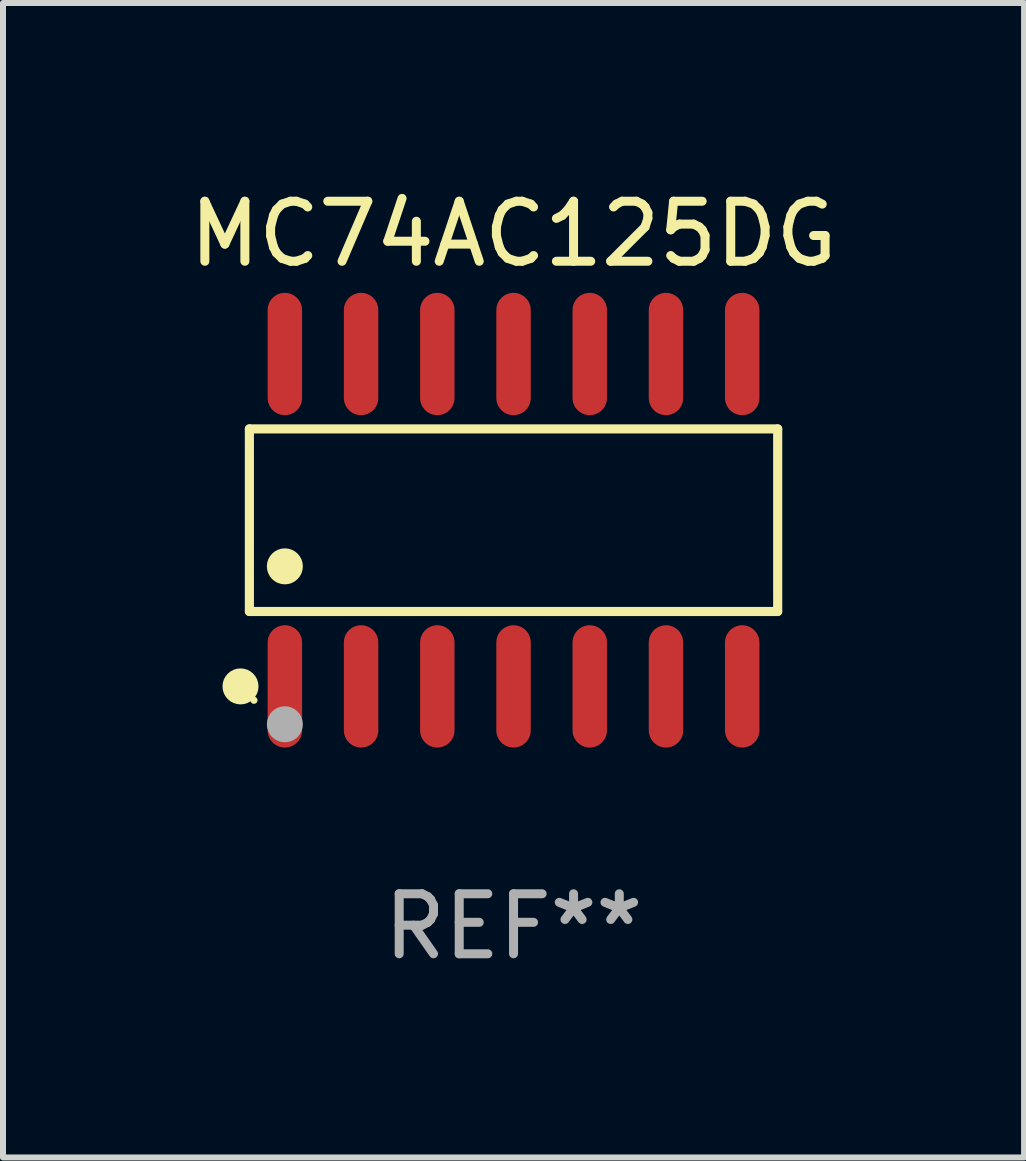
<source format=kicad_pcb>
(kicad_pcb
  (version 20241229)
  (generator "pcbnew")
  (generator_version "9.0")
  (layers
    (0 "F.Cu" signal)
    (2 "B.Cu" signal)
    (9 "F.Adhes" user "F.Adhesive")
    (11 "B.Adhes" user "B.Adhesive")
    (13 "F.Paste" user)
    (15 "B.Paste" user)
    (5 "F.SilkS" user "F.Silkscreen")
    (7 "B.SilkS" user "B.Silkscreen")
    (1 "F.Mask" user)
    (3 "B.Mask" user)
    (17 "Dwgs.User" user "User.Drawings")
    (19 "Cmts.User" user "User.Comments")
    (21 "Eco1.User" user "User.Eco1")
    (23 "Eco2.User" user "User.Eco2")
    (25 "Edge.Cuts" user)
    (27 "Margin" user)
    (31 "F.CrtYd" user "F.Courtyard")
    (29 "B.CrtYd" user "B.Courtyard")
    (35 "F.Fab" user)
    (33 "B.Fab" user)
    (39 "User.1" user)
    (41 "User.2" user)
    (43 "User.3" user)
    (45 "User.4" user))
  (footprint "MC74AC125DG"
    (layer "F.Cu")
    (at 5.506 5.617)
    (property "Reference" "MC74AC125DG" (at 0 -4.769 0) (layer "F.SilkS") (effects (font (size 1 1) (thickness 0.15))))
    (attr through_hole)
    (fp_line (start -4.401 -1.521) (end 4.401 -1.521) (stroke (width 0.152) (type solid)) (layer "F.SilkS"))
    (fp_line (start -4.401 1.521) (end -4.401 -1.521) (stroke (width 0.152) (type solid)) (layer "F.SilkS"))
    (fp_line (start 4.401 -1.521) (end 4.401 1.521) (stroke (width 0.152) (type solid)) (layer "F.SilkS"))
    (fp_line (start 4.401 1.521) (end -4.401 1.521) (stroke (width 0.152) (type solid)) (layer "F.SilkS"))
    (fp_circle (center -4.549 2.769) (end -4.399 2.769) (stroke (width 0.3) (type solid)) (fill no) (layer "F.SilkS"))
    (fp_circle (center -4.325 3) (end -4.295 3) (stroke (width 0.06) (type solid)) (fill no) (layer "F.SilkS"))
    (fp_circle (center -3.81 0.769) (end -3.66 0.769) (stroke (width 0.3) (type solid)) (fill no) (layer "F.SilkS"))
    (fp_circle (center -3.81 3.4) (end -3.66 3.4) (stroke (width 0.3) (type solid)) (fill no) (layer "F.Fab"))
    (fp_text user "REF**" (at 0 6.769 0) (layer "F.Fab") (effects (font (size 1 1) (thickness 0.15))))
    (pad "1" smd oval (at -3.81 2.769) (size 0.574 2.038) (layers "F.Cu" "F.Mask" "F.Paste"))
    (pad "2" smd oval (at -2.54 2.769) (size 0.574 2.038) (layers "F.Cu" "F.Mask" "F.Paste"))
    (pad "3" smd oval (at -1.27 2.769) (size 0.574 2.038) (layers "F.Cu" "F.Mask" "F.Paste"))
    (pad "4" smd oval (at 0 2.769) (size 0.574 2.038) (layers "F.Cu" "F.Mask" "F.Paste"))
    (pad "5" smd oval (at 1.27 2.769) (size 0.574 2.038) (layers "F.Cu" "F.Mask" "F.Paste"))
    (pad "6" smd oval (at 2.54 2.769) (size 0.574 2.038) (layers "F.Cu" "F.Mask" "F.Paste"))
    (pad "7" smd oval (at 3.81 2.769) (size 0.574 2.038) (layers "F.Cu" "F.Mask" "F.Paste"))
    (pad "8" smd oval (at 3.81 -2.769) (size 0.574 2.038) (layers "F.Cu" "F.Mask" "F.Paste"))
    (pad "9" smd oval (at 2.54 -2.769) (size 0.574 2.038) (layers "F.Cu" "F.Mask" "F.Paste"))
    (pad "10" smd oval (at 1.27 -2.769) (size 0.574 2.038) (layers "F.Cu" "F.Mask" "F.Paste"))
    (pad "11" smd oval (at 0 -2.769) (size 0.574 2.038) (layers "F.Cu" "F.Mask" "F.Paste"))
    (pad "12" smd oval (at -1.27 -2.769) (size 0.574 2.038) (layers "F.Cu" "F.Mask" "F.Paste"))
    (pad "13" smd oval (at -2.54 -2.769) (size 0.574 2.038) (layers "F.Cu" "F.Mask" "F.Paste"))
    (pad "14" smd oval (at -3.81 -2.769) (size 0.574 2.038) (layers "F.Cu" "F.Mask" "F.Paste")))
  (gr_rect
    (start -3 -3)
    (end 14.012 16.235)
    (stroke (width 0.1) (type default))
    (fill no)
    (layer "Edge.Cuts")))
</source>
